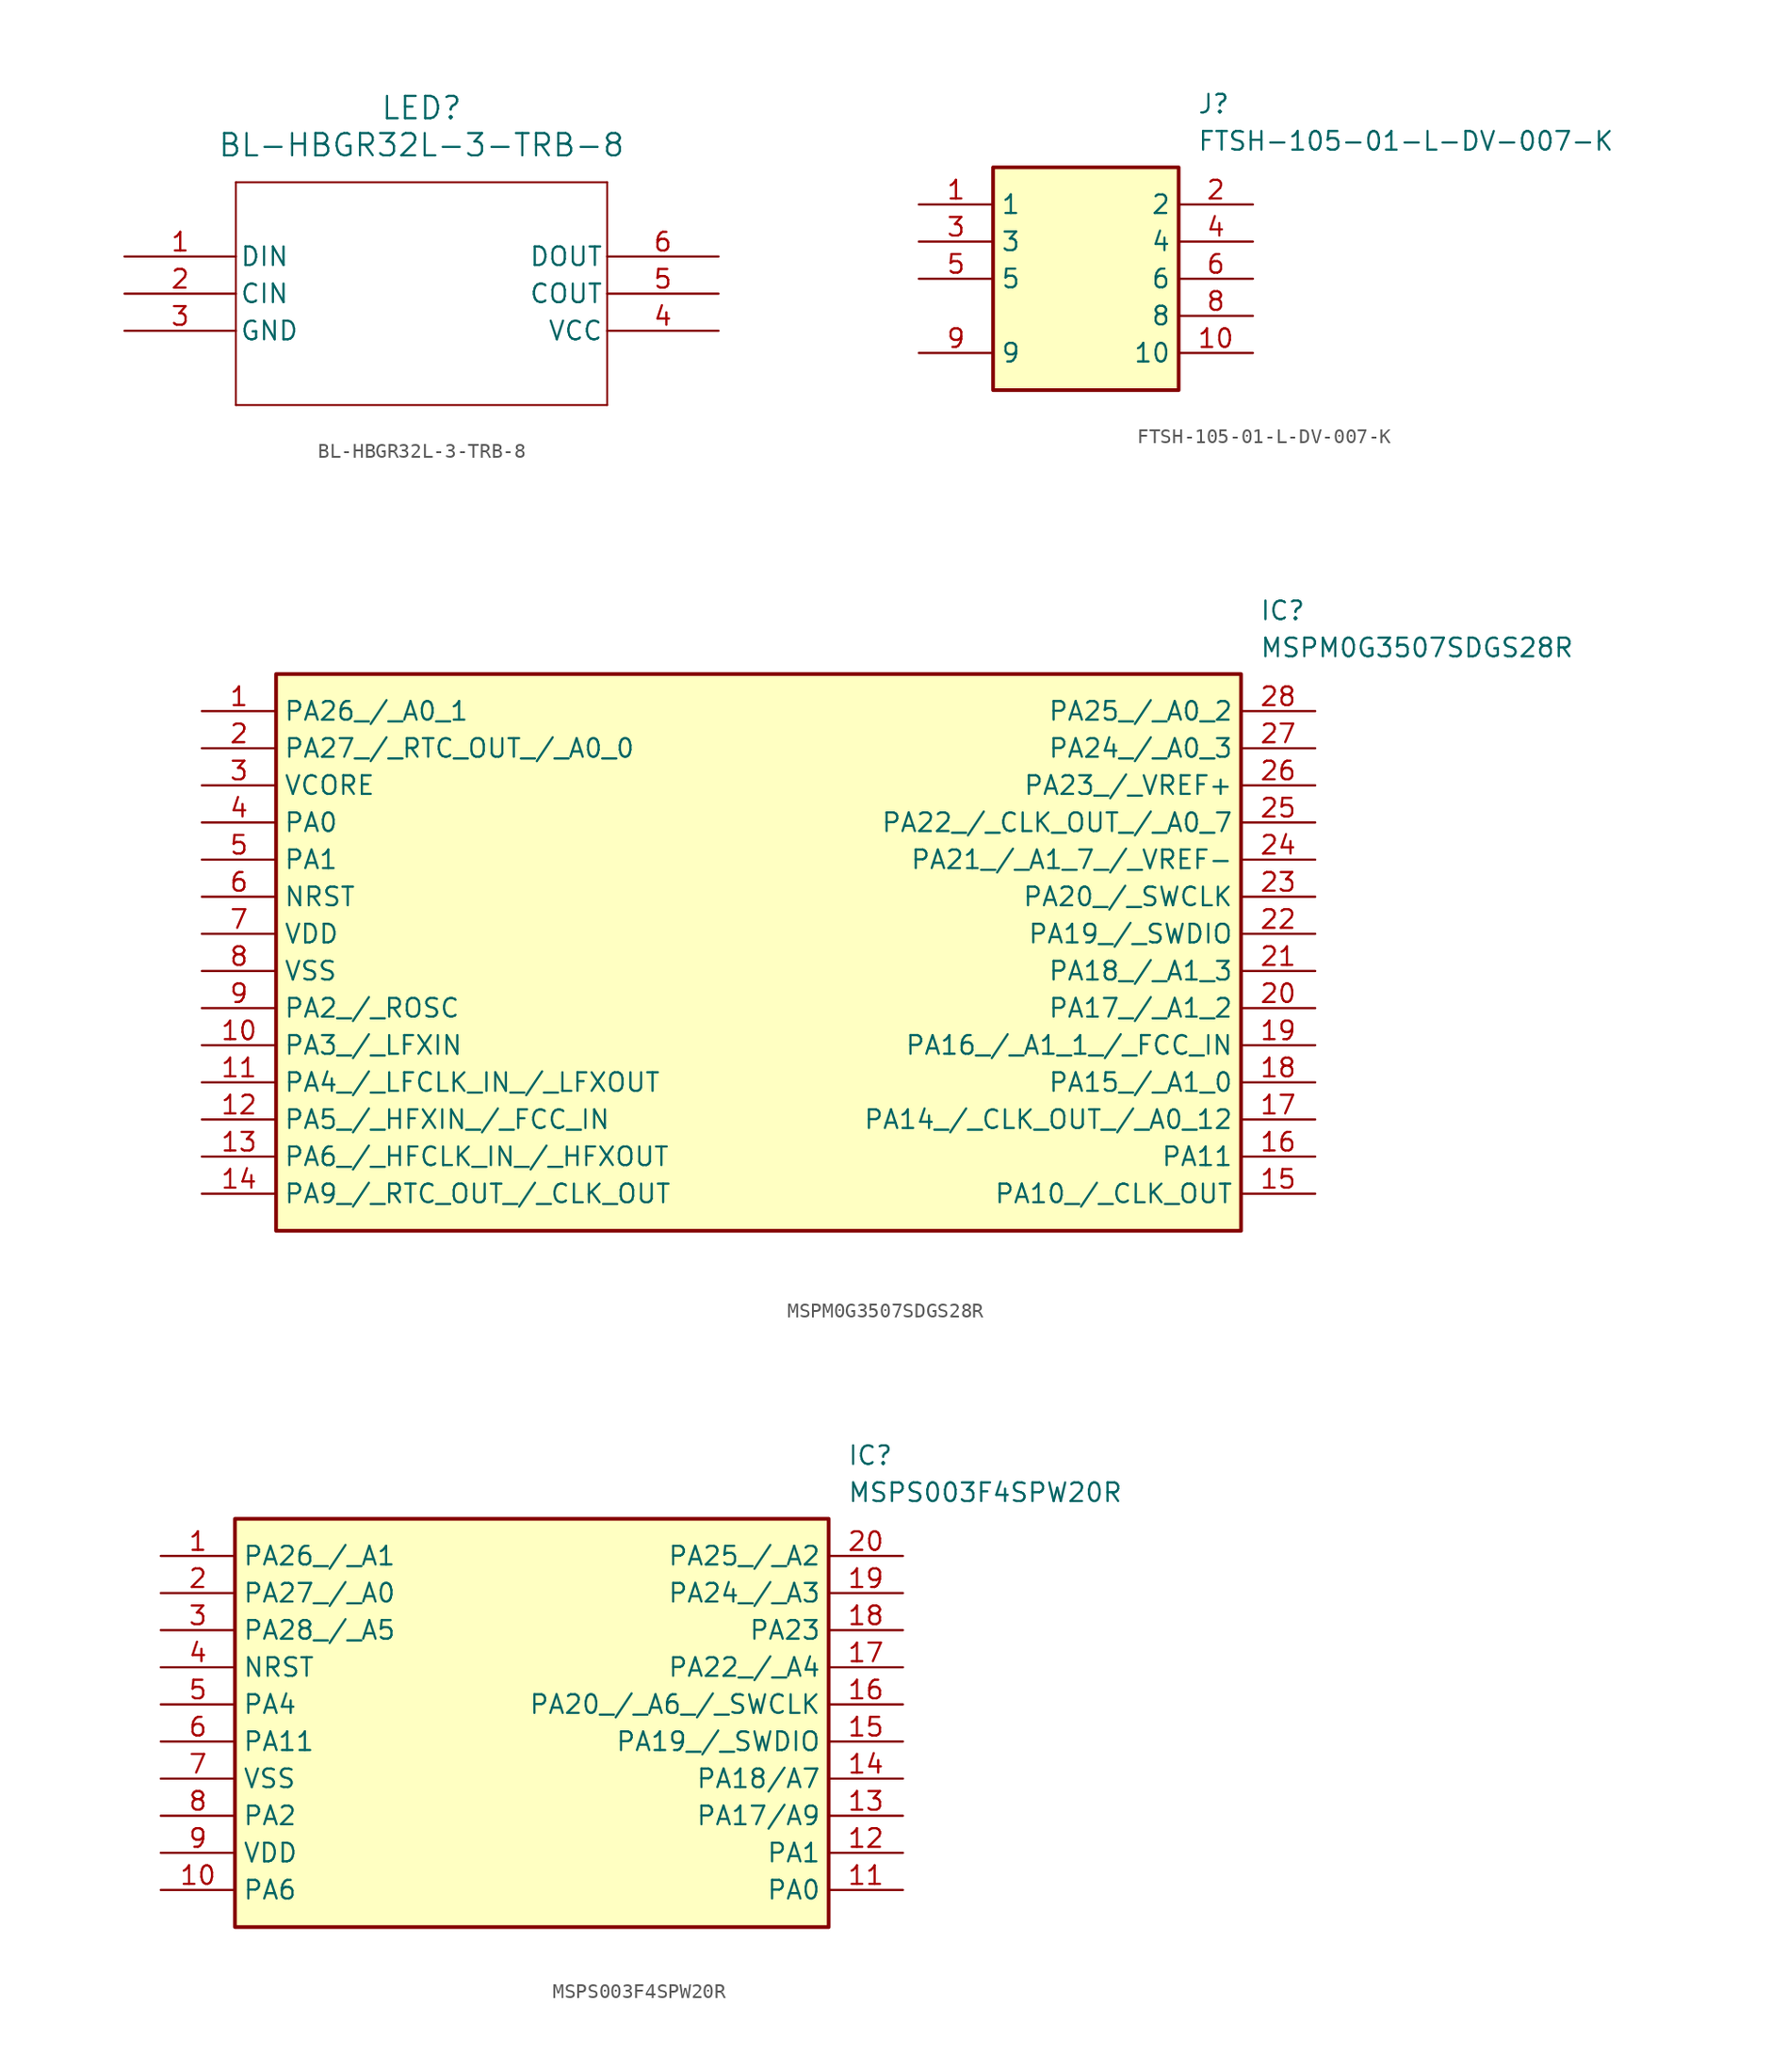
<source format=kicad_sym>
(kicad_symbol_lib
  (version 20231120)
  (generator "kicad_symbol_editor")
  (generator_version "8.0")
  (symbol "BL-HBGR32L-3-TRB-8"
    (pin_names
      (offset 0.254))
    (property "Reference" "LED"
      (at 20.32 10.16 0)
      (effects (font (size 1.524 1.524))))
    (property "Value" "BL-HBGR32L-3-TRB-8"
      (at 20.32 7.62 0)
      (effects (font (size 1.524 1.524))))
    (property "ki_locked" ""
      (at 0 0 0)
      (effects (font (size 1.27 1.27))))
    (symbol "BL-HBGR32L-3-TRB-8_0_1"
      (polyline (pts (xy 7.62 -10.16) (xy 33.02 -10.16)) (stroke (width 0.127) (type default)) (fill (type none)))
      (polyline (pts (xy 7.62 5.08) (xy 7.62 -10.16)) (stroke (width 0.127) (type default)) (fill (type none)))
      (polyline (pts (xy 33.02 -10.16) (xy 33.02 5.08)) (stroke (width 0.127) (type default)) (fill (type none)))
      (polyline (pts (xy 33.02 5.08) (xy 7.62 5.08)) (stroke (width 0.127) (type default)) (fill (type none)))
      (pin input line (at 0 0 0) (length 7.62) (name "DIN" (effects (font (size 1.27 1.27)))) (number "1" (effects (font (size 1.27 1.27)))))
      (pin input line (at 0 -2.54 0) (length 7.62) (name "CIN" (effects (font (size 1.27 1.27)))) (number "2" (effects (font (size 1.27 1.27)))))
      (pin power_out line (at 0 -5.08 0) (length 7.62) (name "GND" (effects (font (size 1.27 1.27)))) (number "3" (effects (font (size 1.27 1.27)))))
      (pin power_in line (at 40.64 -5.08 180) (length 7.62) (name "VCC" (effects (font (size 1.27 1.27)))) (number "4" (effects (font (size 1.27 1.27)))))
      (pin output line (at 40.64 -2.54 180) (length 7.62) (name "COUT" (effects (font (size 1.27 1.27)))) (number "5" (effects (font (size 1.27 1.27)))))
      (pin output line (at 40.64 0 180) (length 7.62) (name "DOUT" (effects (font (size 1.27 1.27)))) (number "6" (effects (font (size 1.27 1.27)))))))
  (symbol "FTSH-105-01-L-DV-007-K"
    (property "Reference" "J"
      (at 19.05 7.62 0)
      (effects (font (size 1.27 1.27)) (justify left top)))
    (property "Value" "FTSH-105-01-L-DV-007-K"
      (at 19.05 5.08 0)
      (effects (font (size 1.27 1.27)) (justify left top)))
    (symbol "FTSH-105-01-L-DV-007-K_1_1"
      (rectangle (start 5.08 2.54) (end 17.78 -12.7) (stroke (width 0.254) (type default)) (fill (type background)))
      (pin passive line (at 0 0 0) (length 5.08) (name "1" (effects (font (size 1.27 1.27)))) (number "1" (effects (font (size 1.27 1.27)))))
      (pin passive line (at 22.86 -10.16 180) (length 5.08) (name "10" (effects (font (size 1.27 1.27)))) (number "10" (effects (font (size 1.27 1.27)))))
      (pin passive line (at 22.86 0 180) (length 5.08) (name "2" (effects (font (size 1.27 1.27)))) (number "2" (effects (font (size 1.27 1.27)))))
      (pin passive line (at 0 -2.54 0) (length 5.08) (name "3" (effects (font (size 1.27 1.27)))) (number "3" (effects (font (size 1.27 1.27)))))
      (pin passive line (at 22.86 -2.54 180) (length 5.08) (name "4" (effects (font (size 1.27 1.27)))) (number "4" (effects (font (size 1.27 1.27)))))
      (pin passive line (at 0 -5.08 0) (length 5.08) (name "5" (effects (font (size 1.27 1.27)))) (number "5" (effects (font (size 1.27 1.27)))))
      (pin passive line (at 22.86 -5.08 180) (length 5.08) (name "6" (effects (font (size 1.27 1.27)))) (number "6" (effects (font (size 1.27 1.27)))))
      (pin passive line (at 22.86 -7.62 180) (length 5.08) (name "8" (effects (font (size 1.27 1.27)))) (number "8" (effects (font (size 1.27 1.27)))))
      (pin passive line (at 0 -10.16 0) (length 5.08) (name "9" (effects (font (size 1.27 1.27)))) (number "9" (effects (font (size 1.27 1.27)))))))
  (symbol "MSPM0G3507SDGS28R"
    (property "Reference" "IC"
      (at 72.39 7.62 0)
      (effects (font (size 1.27 1.27)) (justify left top)))
    (property "Value" "MSPM0G3507SDGS28R"
      (at 72.39 5.08 0)
      (effects (font (size 1.27 1.27)) (justify left top)))
    (symbol "MSPM0G3507SDGS28R_1_1"
      (rectangle (start 5.08 2.54) (end 71.12 -35.56) (stroke (width 0.254) (type default)) (fill (type background)))
      (pin passive line (at 0 0 0) (length 5.08) (name "PA26_/_A0_1" (effects (font (size 1.27 1.27)))) (number "1" (effects (font (size 1.27 1.27)))))
      (pin passive line (at 0 -22.86 0) (length 5.08) (name "PA3_/_LFXIN" (effects (font (size 1.27 1.27)))) (number "10" (effects (font (size 1.27 1.27)))))
      (pin passive line (at 0 -25.4 0) (length 5.08) (name "PA4_/_LFCLK_IN_/_LFXOUT" (effects (font (size 1.27 1.27)))) (number "11" (effects (font (size 1.27 1.27)))))
      (pin passive line (at 0 -27.94 0) (length 5.08) (name "PA5_/_HFXIN_/_FCC_IN" (effects (font (size 1.27 1.27)))) (number "12" (effects (font (size 1.27 1.27)))))
      (pin passive line (at 0 -30.48 0) (length 5.08) (name "PA6_/_HFCLK_IN_/_HFXOUT" (effects (font (size 1.27 1.27)))) (number "13" (effects (font (size 1.27 1.27)))))
      (pin passive line (at 0 -33.02 0) (length 5.08) (name "PA9_/_RTC_OUT_/_CLK_OUT" (effects (font (size 1.27 1.27)))) (number "14" (effects (font (size 1.27 1.27)))))
      (pin passive line (at 76.2 -33.02 180) (length 5.08) (name "PA10_/_CLK_OUT" (effects (font (size 1.27 1.27)))) (number "15" (effects (font (size 1.27 1.27)))))
      (pin passive line (at 76.2 -30.48 180) (length 5.08) (name "PA11" (effects (font (size 1.27 1.27)))) (number "16" (effects (font (size 1.27 1.27)))))
      (pin passive line (at 76.2 -27.94 180) (length 5.08) (name "PA14_/_CLK_OUT_/_A0_12" (effects (font (size 1.27 1.27)))) (number "17" (effects (font (size 1.27 1.27)))))
      (pin passive line (at 76.2 -25.4 180) (length 5.08) (name "PA15_/_A1_0" (effects (font (size 1.27 1.27)))) (number "18" (effects (font (size 1.27 1.27)))))
      (pin passive line (at 76.2 -22.86 180) (length 5.08) (name "PA16_/_A1_1_/_FCC_IN" (effects (font (size 1.27 1.27)))) (number "19" (effects (font (size 1.27 1.27)))))
      (pin passive line (at 0 -2.54 0) (length 5.08) (name "PA27_/_RTC_OUT_/_A0_0" (effects (font (size 1.27 1.27)))) (number "2" (effects (font (size 1.27 1.27)))))
      (pin passive line (at 76.2 -20.32 180) (length 5.08) (name "PA17_/_A1_2" (effects (font (size 1.27 1.27)))) (number "20" (effects (font (size 1.27 1.27)))))
      (pin passive line (at 76.2 -17.78 180) (length 5.08) (name "PA18_/_A1_3" (effects (font (size 1.27 1.27)))) (number "21" (effects (font (size 1.27 1.27)))))
      (pin passive line (at 76.2 -15.24 180) (length 5.08) (name "PA19_/_SWDIO" (effects (font (size 1.27 1.27)))) (number "22" (effects (font (size 1.27 1.27)))))
      (pin passive line (at 76.2 -12.7 180) (length 5.08) (name "PA20_/_SWCLK" (effects (font (size 1.27 1.27)))) (number "23" (effects (font (size 1.27 1.27)))))
      (pin passive line (at 76.2 -10.16 180) (length 5.08) (name "PA21_/_A1_7_/_VREF-" (effects (font (size 1.27 1.27)))) (number "24" (effects (font (size 1.27 1.27)))))
      (pin passive line (at 76.2 -7.62 180) (length 5.08) (name "PA22_/_CLK_OUT_/_A0_7" (effects (font (size 1.27 1.27)))) (number "25" (effects (font (size 1.27 1.27)))))
      (pin passive line (at 76.2 -5.08 180) (length 5.08) (name "PA23_/_VREF+" (effects (font (size 1.27 1.27)))) (number "26" (effects (font (size 1.27 1.27)))))
      (pin passive line (at 76.2 -2.54 180) (length 5.08) (name "PA24_/_A0_3" (effects (font (size 1.27 1.27)))) (number "27" (effects (font (size 1.27 1.27)))))
      (pin passive line (at 76.2 0 180) (length 5.08) (name "PA25_/_A0_2" (effects (font (size 1.27 1.27)))) (number "28" (effects (font (size 1.27 1.27)))))
      (pin passive line (at 0 -5.08 0) (length 5.08) (name "VCORE" (effects (font (size 1.27 1.27)))) (number "3" (effects (font (size 1.27 1.27)))))
      (pin passive line (at 0 -7.62 0) (length 5.08) (name "PA0" (effects (font (size 1.27 1.27)))) (number "4" (effects (font (size 1.27 1.27)))))
      (pin passive line (at 0 -10.16 0) (length 5.08) (name "PA1" (effects (font (size 1.27 1.27)))) (number "5" (effects (font (size 1.27 1.27)))))
      (pin passive line (at 0 -12.7 0) (length 5.08) (name "NRST" (effects (font (size 1.27 1.27)))) (number "6" (effects (font (size 1.27 1.27)))))
      (pin passive line (at 0 -15.24 0) (length 5.08) (name "VDD" (effects (font (size 1.27 1.27)))) (number "7" (effects (font (size 1.27 1.27)))))
      (pin passive line (at 0 -17.78 0) (length 5.08) (name "VSS" (effects (font (size 1.27 1.27)))) (number "8" (effects (font (size 1.27 1.27)))))
      (pin passive line (at 0 -20.32 0) (length 5.08) (name "PA2_/_ROSC" (effects (font (size 1.27 1.27)))) (number "9" (effects (font (size 1.27 1.27)))))))
  (symbol "MSPS003F4SPW20R"
    (property "Reference" "IC"
      (at 46.99 7.62 0)
      (effects (font (size 1.27 1.27)) (justify left top)))
    (property "Value" "MSPS003F4SPW20R"
      (at 46.99 5.08 0)
      (effects (font (size 1.27 1.27)) (justify left top)))
    (symbol "MSPS003F4SPW20R_1_1"
      (rectangle (start 5.08 2.54) (end 45.72 -25.4) (stroke (width 0.254) (type default)) (fill (type background)))
      (pin passive line (at 0 0 0) (length 5.08) (name "PA26_/_A1" (effects (font (size 1.27 1.27)))) (number "1" (effects (font (size 1.27 1.27)))))
      (pin passive line (at 0 -22.86 0) (length 5.08) (name "PA6" (effects (font (size 1.27 1.27)))) (number "10" (effects (font (size 1.27 1.27)))))
      (pin passive line (at 50.8 -22.86 180) (length 5.08) (name "PA0" (effects (font (size 1.27 1.27)))) (number "11" (effects (font (size 1.27 1.27)))))
      (pin passive line (at 50.8 -20.32 180) (length 5.08) (name "PA1" (effects (font (size 1.27 1.27)))) (number "12" (effects (font (size 1.27 1.27)))))
      (pin passive line (at 50.8 -17.78 180) (length 5.08) (name "PA17/A9" (effects (font (size 1.27 1.27)))) (number "13" (effects (font (size 1.27 1.27)))))
      (pin passive line (at 50.8 -15.24 180) (length 5.08) (name "PA18/A7" (effects (font (size 1.27 1.27)))) (number "14" (effects (font (size 1.27 1.27)))))
      (pin passive line (at 50.8 -12.7 180) (length 5.08) (name "PA19_/_SWDIO" (effects (font (size 1.27 1.27)))) (number "15" (effects (font (size 1.27 1.27)))))
      (pin passive line (at 50.8 -10.16 180) (length 5.08) (name "PA20_/_A6_/_SWCLK" (effects (font (size 1.27 1.27)))) (number "16" (effects (font (size 1.27 1.27)))))
      (pin passive line (at 50.8 -7.62 180) (length 5.08) (name "PA22_/_A4" (effects (font (size 1.27 1.27)))) (number "17" (effects (font (size 1.27 1.27)))))
      (pin passive line (at 50.8 -5.08 180) (length 5.08) (name "PA23" (effects (font (size 1.27 1.27)))) (number "18" (effects (font (size 1.27 1.27)))))
      (pin passive line (at 50.8 -2.54 180) (length 5.08) (name "PA24_/_A3" (effects (font (size 1.27 1.27)))) (number "19" (effects (font (size 1.27 1.27)))))
      (pin passive line (at 0 -2.54 0) (length 5.08) (name "PA27_/_A0" (effects (font (size 1.27 1.27)))) (number "2" (effects (font (size 1.27 1.27)))))
      (pin passive line (at 50.8 0 180) (length 5.08) (name "PA25_/_A2" (effects (font (size 1.27 1.27)))) (number "20" (effects (font (size 1.27 1.27)))))
      (pin passive line (at 0 -5.08 0) (length 5.08) (name "PA28_/_A5" (effects (font (size 1.27 1.27)))) (number "3" (effects (font (size 1.27 1.27)))))
      (pin passive line (at 0 -7.62 0) (length 5.08) (name "NRST" (effects (font (size 1.27 1.27)))) (number "4" (effects (font (size 1.27 1.27)))))
      (pin passive line (at 0 -10.16 0) (length 5.08) (name "PA4" (effects (font (size 1.27 1.27)))) (number "5" (effects (font (size 1.27 1.27)))))
      (pin passive line (at 0 -12.7 0) (length 5.08) (name "PA11" (effects (font (size 1.27 1.27)))) (number "6" (effects (font (size 1.27 1.27)))))
      (pin passive line (at 0 -15.24 0) (length 5.08) (name "VSS" (effects (font (size 1.27 1.27)))) (number "7" (effects (font (size 1.27 1.27)))))
      (pin passive line (at 0 -17.78 0) (length 5.08) (name "PA2" (effects (font (size 1.27 1.27)))) (number "8" (effects (font (size 1.27 1.27)))))
      (pin passive line (at 0 -20.32 0) (length 5.08) (name "VDD" (effects (font (size 1.27 1.27)))) (number "9" (effects (font (size 1.27 1.27))))))))
</source>
